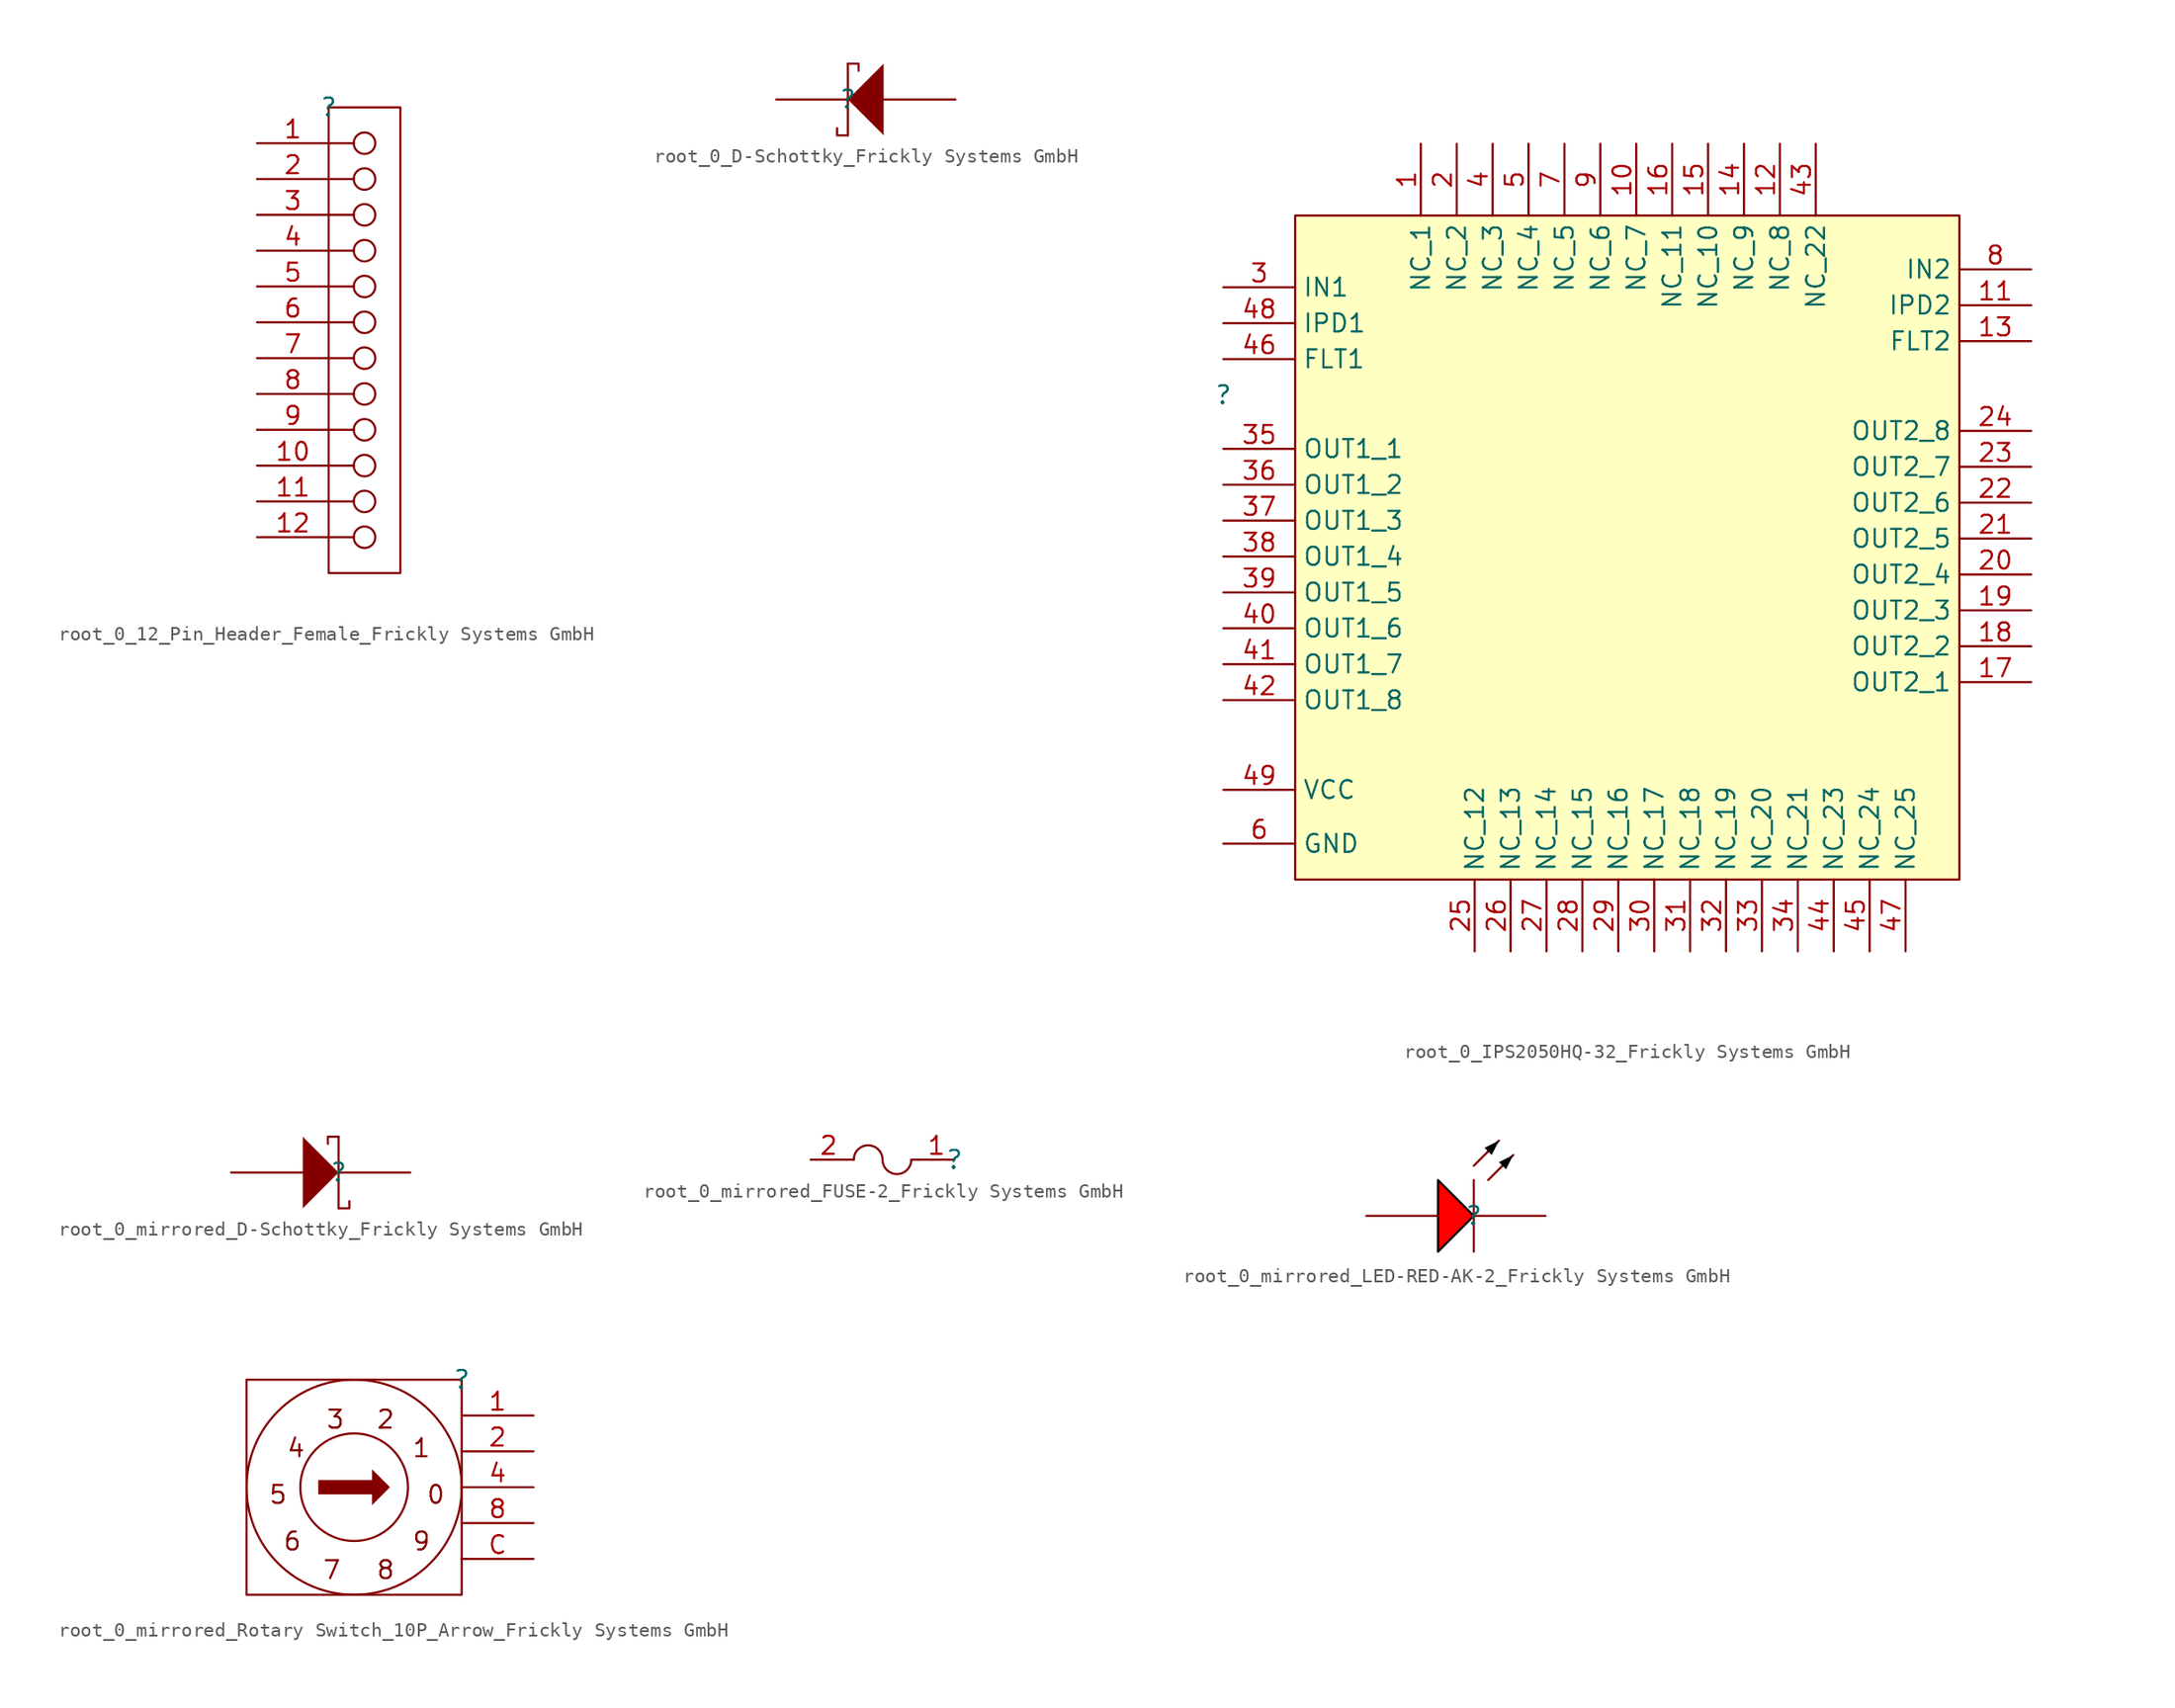
<source format=kicad_sym>
(kicad_symbol_lib
  (version 20241209)
  (generator "kicad_symbol_editor")
  (generator_version "9.0")
  (symbol "root_0_12_Pin_Header_Female_Frickly Systems GmbH"
    (pin_names
      (hide yes))
    (property "Reference" ""
      (at 0 0 0)
      (effects (font (size 1.27 1.27))))
    (property "Value" ""
      (at 0 0 0)
      (effects (font (size 1.27 1.27))))
    (symbol "root_0_12_Pin_Header_Female_Frickly Systems GmbH_1_0"
      (polyline (pts (xy 0 -2.54) (xy 1.778 -2.54)) (stroke (width 0) (type solid)) (fill (type none)))
      (polyline (pts (xy 0 -5.08) (xy 1.778 -5.08)) (stroke (width 0) (type solid)) (fill (type none)))
      (polyline (pts (xy 0 -7.62) (xy 1.778 -7.62)) (stroke (width 0) (type solid)) (fill (type none)))
      (polyline (pts (xy 0 -10.16) (xy 1.778 -10.16)) (stroke (width 0) (type solid)) (fill (type none)))
      (polyline (pts (xy 0 -12.7) (xy 1.778 -12.7)) (stroke (width 0) (type solid)) (fill (type none)))
      (polyline (pts (xy 0 -15.24) (xy 1.778 -15.24)) (stroke (width 0) (type solid)) (fill (type none)))
      (polyline (pts (xy 0 -17.78) (xy 1.778 -17.78)) (stroke (width 0) (type solid)) (fill (type none)))
      (polyline (pts (xy 0 -20.32) (xy 1.778 -20.32)) (stroke (width 0) (type solid)) (fill (type none)))
      (polyline (pts (xy 0 -22.86) (xy 1.778 -22.86)) (stroke (width 0) (type solid)) (fill (type none)))
      (polyline (pts (xy 0 -25.4) (xy 1.778 -25.4)) (stroke (width 0) (type solid)) (fill (type none)))
      (polyline (pts (xy 0 -27.94) (xy 1.778 -27.94)) (stroke (width 0) (type solid)) (fill (type none)))
      (polyline (pts (xy 0 -30.48) (xy 1.778 -30.48)) (stroke (width 0) (type solid)) (fill (type none)))
      (circle (center 2.54 -2.54) (radius 0.762) (stroke (width 0) (type solid)) (fill (type none)))
      (circle (center 2.54 -5.08) (radius 0.762) (stroke (width 0) (type solid)) (fill (type none)))
      (circle (center 2.54 -7.62) (radius 0.762) (stroke (width 0) (type solid)) (fill (type none)))
      (circle (center 2.54 -10.16) (radius 0.762) (stroke (width 0) (type solid)) (fill (type none)))
      (circle (center 2.54 -12.7) (radius 0.762) (stroke (width 0) (type solid)) (fill (type none)))
      (circle (center 2.54 -15.24) (radius 0.762) (stroke (width 0) (type solid)) (fill (type none)))
      (circle (center 2.54 -17.78) (radius 0.762) (stroke (width 0) (type solid)) (fill (type none)))
      (circle (center 2.54 -20.32) (radius 0.762) (stroke (width 0) (type solid)) (fill (type none)))
      (circle (center 2.54 -22.86) (radius 0.762) (stroke (width 0) (type solid)) (fill (type none)))
      (circle (center 2.54 -25.4) (radius 0.762) (stroke (width 0) (type solid)) (fill (type none)))
      (circle (center 2.54 -27.94) (radius 0.762) (stroke (width 0) (type solid)) (fill (type none)))
      (circle (center 2.54 -30.48) (radius 0.762) (stroke (width 0) (type solid)) (fill (type none)))
      (polyline (pts (xy 5.08 0) (xy 0 0) (xy 0 -33.02) (xy 5.08 -33.02) (xy 5.08 0)) (stroke (width 0) (type solid)) (fill (type none)))
      (pin passive line (at -5.08 -2.54 0) (length 5.08) (name "1" (effects (font (size 1.27 1.27)))) (number "1" (effects (font (size 1.27 1.27)))))
      (pin passive line (at -5.08 -5.08 0) (length 5.08) (name "2" (effects (font (size 1.27 1.27)))) (number "2" (effects (font (size 1.27 1.27)))))
      (pin passive line (at -5.08 -7.62 0) (length 5.08) (name "3" (effects (font (size 1.27 1.27)))) (number "3" (effects (font (size 1.27 1.27)))))
      (pin passive line (at -5.08 -10.16 0) (length 5.08) (name "4" (effects (font (size 1.27 1.27)))) (number "4" (effects (font (size 1.27 1.27)))))
      (pin passive line (at -5.08 -12.7 0) (length 5.08) (name "5" (effects (font (size 1.27 1.27)))) (number "5" (effects (font (size 1.27 1.27)))))
      (pin passive line (at -5.08 -15.24 0) (length 5.08) (name "6" (effects (font (size 1.27 1.27)))) (number "6" (effects (font (size 1.27 1.27)))))
      (pin passive line (at -5.08 -17.78 0) (length 5.08) (name "7" (effects (font (size 1.27 1.27)))) (number "7" (effects (font (size 1.27 1.27)))))
      (pin passive line (at -5.08 -20.32 0) (length 5.08) (name "8" (effects (font (size 1.27 1.27)))) (number "8" (effects (font (size 1.27 1.27)))))
      (pin passive line (at -5.08 -22.86 0) (length 5.08) (name "9" (effects (font (size 1.27 1.27)))) (number "9" (effects (font (size 1.27 1.27)))))
      (pin passive line (at -5.08 -25.4 0) (length 5.08) (name "10" (effects (font (size 1.27 1.27)))) (number "10" (effects (font (size 1.27 1.27)))))
      (pin passive line (at -5.08 -27.94 0) (length 5.08) (name "11" (effects (font (size 1.27 1.27)))) (number "11" (effects (font (size 1.27 1.27)))))
      (pin passive line (at -5.08 -30.48 0) (length 5.08) (name "12" (effects (font (size 1.27 1.27)))) (number "12" (effects (font (size 1.27 1.27)))))))
  (symbol "root_0_D-Schottky_Frickly Systems GmbH"
    (pin_numbers
      (hide yes))
    (pin_names
      (hide yes))
    (property "Reference" ""
      (at 0 0 0)
      (effects (font (size 1.27 1.27))))
    (property "Value" ""
      (at 0 0 0)
      (effects (font (size 1.27 1.27))))
    (symbol "root_0_D-Schottky_Frickly Systems GmbH_1_0"
      (polyline (pts (xy 0 2.54) (xy 0.762 2.54) (xy 0.762 2.032)) (stroke (width 0) (type solid)) (fill (type none)))
      (polyline (pts (xy 0 -2.54) (xy 0 2.54)) (stroke (width 0) (type solid)) (fill (type none)))
      (polyline (pts (xy 0 -2.54) (xy -0.762 -2.54) (xy -0.762 -2.032)) (stroke (width 0) (type solid)) (fill (type none)))
      (polyline (pts (xy 2.54 2.54) (xy 0 0) (xy 2.54 -2.54) (xy 2.54 2.54)) (stroke (width -0.0001) (type solid)) (fill (type outline)))
      (pin passive line (at -5.08 0 0) (length 5.08) (name "K" (effects (font (size 1.27 1.27)))) (number "1" (effects (font (size 1.27 1.27)))))
      (pin passive line (at 7.62 0 180) (length 5.08) (name "A" (effects (font (size 1.27 1.27)))) (number "2" (effects (font (size 1.27 1.27)))))))
  (symbol "root_0_IPS2050HQ-32_Frickly Systems GmbH"
    (property "Reference" ""
      (at 0 0 0)
      (effects (font (size 1.27 1.27))))
    (property "Value" ""
      (at 0 0 0)
      (effects (font (size 1.27 1.27))))
    (symbol "root_0_IPS2050HQ-32_Frickly Systems GmbH_1_0"
      (rectangle (start 52.07 12.7) (end 5.08 -34.29) (stroke (width 0) (type solid) (color 128 0 0 1)) (fill (type background)))
      (pin passive line (at 0 7.62 0) (length 5.08) (name "IN1" (effects (font (size 1.27 1.27)))) (number "3" (effects (font (size 1.27 1.27)))))
      (pin passive line (at 0 5.08 0) (length 5.08) (name "IPD1" (effects (font (size 1.27 1.27)))) (number "48" (effects (font (size 1.27 1.27)))))
      (pin passive line (at 0 2.54 0) (length 5.08) (name "FLT1" (effects (font (size 1.27 1.27)))) (number "46" (effects (font (size 1.27 1.27)))))
      (pin passive line (at 0 -3.81 0) (length 5.08) (name "OUT1_1" (effects (font (size 1.27 1.27)))) (number "35" (effects (font (size 1.27 1.27)))))
      (pin passive line (at 0 -6.35 0) (length 5.08) (name "OUT1_2" (effects (font (size 1.27 1.27)))) (number "36" (effects (font (size 1.27 1.27)))))
      (pin passive line (at 0 -8.89 0) (length 5.08) (name "OUT1_3" (effects (font (size 1.27 1.27)))) (number "37" (effects (font (size 1.27 1.27)))))
      (pin passive line (at 0 -11.43 0) (length 5.08) (name "OUT1_4" (effects (font (size 1.27 1.27)))) (number "38" (effects (font (size 1.27 1.27)))))
      (pin passive line (at 0 -13.97 0) (length 5.08) (name "OUT1_5" (effects (font (size 1.27 1.27)))) (number "39" (effects (font (size 1.27 1.27)))))
      (pin passive line (at 0 -16.51 0) (length 5.08) (name "OUT1_6" (effects (font (size 1.27 1.27)))) (number "40" (effects (font (size 1.27 1.27)))))
      (pin passive line (at 0 -19.05 0) (length 5.08) (name "OUT1_7" (effects (font (size 1.27 1.27)))) (number "41" (effects (font (size 1.27 1.27)))))
      (pin passive line (at 0 -21.59 0) (length 5.08) (name "OUT1_8" (effects (font (size 1.27 1.27)))) (number "42" (effects (font (size 1.27 1.27)))))
      (pin passive line (at 0 -27.94 0) (length 5.08) (name "VCC" (effects (font (size 1.27 1.27)))) (number "49" (effects (font (size 1.27 1.27)))))
      (pin passive line (at 0 -31.75 0) (length 5.08) (name "GND" (effects (font (size 1.27 1.27)))) (number "6" (effects (font (size 1.27 1.27)))))
      (pin passive line (at 13.97 17.78 270) (length 5.08) (name "NC_1" (effects (font (size 1.27 1.27)))) (number "1" (effects (font (size 1.27 1.27)))))
      (pin passive line (at 16.51 17.78 270) (length 5.08) (name "NC_2" (effects (font (size 1.27 1.27)))) (number "2" (effects (font (size 1.27 1.27)))))
      (pin passive line (at 17.78 -39.37 90) (length 5.08) (name "NC_12" (effects (font (size 1.27 1.27)))) (number "25" (effects (font (size 1.27 1.27)))))
      (pin passive line (at 19.05 17.78 270) (length 5.08) (name "NC_3" (effects (font (size 1.27 1.27)))) (number "4" (effects (font (size 1.27 1.27)))))
      (pin passive line (at 20.32 -39.37 90) (length 5.08) (name "NC_13" (effects (font (size 1.27 1.27)))) (number "26" (effects (font (size 1.27 1.27)))))
      (pin passive line (at 21.59 17.78 270) (length 5.08) (name "NC_4" (effects (font (size 1.27 1.27)))) (number "5" (effects (font (size 1.27 1.27)))))
      (pin passive line (at 22.86 -39.37 90) (length 5.08) (name "NC_14" (effects (font (size 1.27 1.27)))) (number "27" (effects (font (size 1.27 1.27)))))
      (pin passive line (at 24.13 17.78 270) (length 5.08) (name "NC_5" (effects (font (size 1.27 1.27)))) (number "7" (effects (font (size 1.27 1.27)))))
      (pin passive line (at 25.4 -39.37 90) (length 5.08) (name "NC_15" (effects (font (size 1.27 1.27)))) (number "28" (effects (font (size 1.27 1.27)))))
      (pin passive line (at 26.67 17.78 270) (length 5.08) (name "NC_6" (effects (font (size 1.27 1.27)))) (number "9" (effects (font (size 1.27 1.27)))))
      (pin passive line (at 27.94 -39.37 90) (length 5.08) (name "NC_16" (effects (font (size 1.27 1.27)))) (number "29" (effects (font (size 1.27 1.27)))))
      (pin passive line (at 29.21 17.78 270) (length 5.08) (name "NC_7" (effects (font (size 1.27 1.27)))) (number "10" (effects (font (size 1.27 1.27)))))
      (pin passive line (at 30.48 -39.37 90) (length 5.08) (name "NC_17" (effects (font (size 1.27 1.27)))) (number "30" (effects (font (size 1.27 1.27)))))
      (pin passive line (at 31.75 17.78 270) (length 5.08) (name "NC_11" (effects (font (size 1.27 1.27)))) (number "16" (effects (font (size 1.27 1.27)))))
      (pin passive line (at 33.02 -39.37 90) (length 5.08) (name "NC_18" (effects (font (size 1.27 1.27)))) (number "31" (effects (font (size 1.27 1.27)))))
      (pin passive line (at 34.29 17.78 270) (length 5.08) (name "NC_10" (effects (font (size 1.27 1.27)))) (number "15" (effects (font (size 1.27 1.27)))))
      (pin passive line (at 35.56 -39.37 90) (length 5.08) (name "NC_19" (effects (font (size 1.27 1.27)))) (number "32" (effects (font (size 1.27 1.27)))))
      (pin passive line (at 36.83 17.78 270) (length 5.08) (name "NC_9" (effects (font (size 1.27 1.27)))) (number "14" (effects (font (size 1.27 1.27)))))
      (pin passive line (at 38.1 -39.37 90) (length 5.08) (name "NC_20" (effects (font (size 1.27 1.27)))) (number "33" (effects (font (size 1.27 1.27)))))
      (pin passive line (at 39.37 17.78 270) (length 5.08) (name "NC_8" (effects (font (size 1.27 1.27)))) (number "12" (effects (font (size 1.27 1.27)))))
      (pin passive line (at 40.64 -39.37 90) (length 5.08) (name "NC_21" (effects (font (size 1.27 1.27)))) (number "34" (effects (font (size 1.27 1.27)))))
      (pin passive line (at 41.91 17.78 270) (length 5.08) (name "NC_22" (effects (font (size 1.27 1.27)))) (number "43" (effects (font (size 1.27 1.27)))))
      (pin passive line (at 43.18 -39.37 90) (length 5.08) (name "NC_23" (effects (font (size 1.27 1.27)))) (number "44" (effects (font (size 1.27 1.27)))))
      (pin passive line (at 45.72 -39.37 90) (length 5.08) (name "NC_24" (effects (font (size 1.27 1.27)))) (number "45" (effects (font (size 1.27 1.27)))))
      (pin passive line (at 48.26 -39.37 90) (length 5.08) (name "NC_25" (effects (font (size 1.27 1.27)))) (number "47" (effects (font (size 1.27 1.27)))))
      (pin passive line (at 57.15 8.89 180) (length 5.08) (name "IN2" (effects (font (size 1.27 1.27)))) (number "8" (effects (font (size 1.27 1.27)))))
      (pin passive line (at 57.15 6.35 180) (length 5.08) (name "IPD2" (effects (font (size 1.27 1.27)))) (number "11" (effects (font (size 1.27 1.27)))))
      (pin passive line (at 57.15 3.81 180) (length 5.08) (name "FLT2" (effects (font (size 1.27 1.27)))) (number "13" (effects (font (size 1.27 1.27)))))
      (pin passive line (at 57.15 -2.54 180) (length 5.08) (name "OUT2_8" (effects (font (size 1.27 1.27)))) (number "24" (effects (font (size 1.27 1.27)))))
      (pin passive line (at 57.15 -5.08 180) (length 5.08) (name "OUT2_7" (effects (font (size 1.27 1.27)))) (number "23" (effects (font (size 1.27 1.27)))))
      (pin passive line (at 57.15 -7.62 180) (length 5.08) (name "OUT2_6" (effects (font (size 1.27 1.27)))) (number "22" (effects (font (size 1.27 1.27)))))
      (pin passive line (at 57.15 -10.16 180) (length 5.08) (name "OUT2_5" (effects (font (size 1.27 1.27)))) (number "21" (effects (font (size 1.27 1.27)))))
      (pin passive line (at 57.15 -12.7 180) (length 5.08) (name "OUT2_4" (effects (font (size 1.27 1.27)))) (number "20" (effects (font (size 1.27 1.27)))))
      (pin passive line (at 57.15 -15.24 180) (length 5.08) (name "OUT2_3" (effects (font (size 1.27 1.27)))) (number "19" (effects (font (size 1.27 1.27)))))
      (pin passive line (at 57.15 -17.78 180) (length 5.08) (name "OUT2_2" (effects (font (size 1.27 1.27)))) (number "18" (effects (font (size 1.27 1.27)))))
      (pin passive line (at 57.15 -20.32 180) (length 5.08) (name "OUT2_1" (effects (font (size 1.27 1.27)))) (number "17" (effects (font (size 1.27 1.27)))))))
  (symbol "root_0_mirrored_D-Schottky_Frickly Systems GmbH"
    (pin_numbers
      (hide yes))
    (pin_names
      (hide yes))
    (property "Reference" ""
      (at 0 0 0)
      (effects (font (size 1.27 1.27))))
    (property "Value" ""
      (at 0 0 0)
      (effects (font (size 1.27 1.27))))
    (symbol "root_0_mirrored_D-Schottky_Frickly Systems GmbH_1_0"
      (polyline (pts (xy -2.54 2.54) (xy 0 0) (xy -2.54 -2.54) (xy -2.54 2.54)) (stroke (width -0.0001) (type solid)) (fill (type outline)))
      (polyline (pts (xy 0 2.54) (xy -0.762 2.54) (xy -0.762 2.032)) (stroke (width 0) (type solid)) (fill (type none)))
      (polyline (pts (xy 0 -2.54) (xy 0 2.54)) (stroke (width 0) (type solid)) (fill (type none)))
      (polyline (pts (xy 0 -2.54) (xy 0.762 -2.54) (xy 0.762 -2.032)) (stroke (width 0) (type solid)) (fill (type none)))
      (pin passive line (at -7.62 0 0) (length 5.08) (name "A" (effects (font (size 1.27 1.27)))) (number "2" (effects (font (size 1.27 1.27)))))
      (pin passive line (at 5.08 0 180) (length 5.08) (name "K" (effects (font (size 1.27 1.27)))) (number "1" (effects (font (size 1.27 1.27)))))))
  (symbol "root_0_mirrored_FUSE-2_Frickly Systems GmbH"
    (pin_names
      (hide yes))
    (property "Reference" ""
      (at 0 0 0)
      (effects (font (size 1.27 1.27))))
    (property "Value" ""
      (at 0 0 0)
      (effects (font (size 1.27 1.27))))
    (symbol "root_0_mirrored_FUSE-2_Frickly Systems GmbH_1_0"
      (polyline (pts (xy -7.112 0) (xy -7.62 0)) (stroke (width 0) (type solid)) (fill (type none)))
      (arc (start -7.112 0) (mid -6.096 1.016) (end -5.08 0) (stroke (width 0) (type solid)) (fill (type none)))
      (arc (start -3.048 0) (mid -4.064 -1.016) (end -5.08 0) (stroke (width 0) (type solid)) (fill (type none)))
      (polyline (pts (xy -3.048 0) (xy -2.54 0)) (stroke (width 0) (type solid)) (fill (type none)))
      (pin passive line (at -10.16 0 0) (length 2.54) (name "2" (effects (font (size 1.27 1.27)))) (number "2" (effects (font (size 1.27 1.27)))))
      (pin passive line (at 0 0 180) (length 2.54) (name "1" (effects (font (size 1.27 1.27)))) (number "1" (effects (font (size 1.27 1.27)))))))
  (symbol "root_0_mirrored_LED-RED-AK-2_Frickly Systems GmbH"
    (pin_numbers
      (hide yes))
    (pin_names
      (hide yes))
    (property "Reference" ""
      (at 0 0 0)
      (effects (font (size 1.27 1.27))))
    (property "Value" ""
      (at 0 0 0)
      (effects (font (size 1.27 1.27))))
    (symbol "root_0_mirrored_LED-RED-AK-2_Frickly Systems GmbH_1_0"
      (polyline (pts (xy -2.54 2.54) (xy 0 0) (xy -2.54 -2.54) (xy -2.54 2.54)) (stroke (width 0) (type solid) (color 0 0 0 1)) (fill (type color) (color 255 0 0 1)))
      (polyline (pts (xy 0 3.556) (xy 1.778 5.334)) (stroke (width 0) (type solid)) (fill (type none)))
      (polyline (pts (xy 0 -2.54) (xy 0 2.54)) (stroke (width 0) (type solid)) (fill (type none)))
      (polyline (pts (xy 1.016 2.54) (xy 2.794 4.318)) (stroke (width 0) (type solid)) (fill (type none)))
      (polyline (pts (xy 1.778 5.334) (xy 1.27 4.318) (xy 0.762 4.826) (xy 1.778 5.334)) (stroke (width -0.0001) (type solid) (color 0 0 0 1)) (fill (type outline)))
      (polyline (pts (xy 2.794 4.318) (xy 2.286 3.302) (xy 1.778 3.81) (xy 2.794 4.318)) (stroke (width -0.0001) (type solid) (color 0 0 0 1)) (fill (type outline)))
      (pin passive line (at -7.62 0 0) (length 5.08) (name "A" (effects (font (size 1.27 1.27)))) (number "2" (effects (font (size 1.27 1.27)))))
      (pin passive line (at 5.08 0 180) (length 5.08) (name "K" (effects (font (size 1.27 1.27)))) (number "1" (effects (font (size 1.27 1.27)))))))
  (symbol "root_0_mirrored_Rotary Switch_10P_Arrow_Frickly Systems GmbH"
    (pin_names
      (hide yes))
    (property "Reference" ""
      (at 0 0 0)
      (effects (font (size 1.27 1.27))))
    (property "Value" ""
      (at 0 0 0)
      (effects (font (size 1.27 1.27))))
    (symbol "root_0_mirrored_Rotary Switch_10P_Arrow_Frickly Systems GmbH_1_0"
      (circle (center -7.62 -7.62) (radius 3.81) (stroke (width 0) (type solid)) (fill (type none)))
      (circle (center -7.62 -7.62) (radius 7.62) (stroke (width 0) (type solid)) (fill (type none)))
      (polyline (pts (xy -5.08 -7.62) (xy -6.35 -6.35) (xy -6.35 -7.112) (xy -10.16 -7.112) (xy -10.16 -8.128) (xy -6.35 -8.128) (xy -6.35 -8.89) (xy -5.08 -7.62)) (stroke (width -0.0001) (type solid)) (fill (type outline)))
      (polyline (pts (xy 0 0) (xy 0 -15.24) (xy -15.24 -15.24) (xy -15.24 0) (xy 0 0)) (stroke (width 0) (type solid)) (fill (type none)))
      (text "5" (at -13.716 -8.89 0) (effects (font (size 1.27 1.27)) (justify left bottom)))
      (text "6" (at -12.7 -12.192 0) (effects (font (size 1.27 1.27)) (justify left bottom)))
      (text "4" (at -12.446 -5.588 0) (effects (font (size 1.27 1.27)) (justify left bottom)))
      (text "7" (at -9.906 -14.224 0) (effects (font (size 1.27 1.27)) (justify left bottom)))
      (text "3" (at -9.652 -3.556 0) (effects (font (size 1.27 1.27)) (justify left bottom)))
      (text "2" (at -6.096 -3.556 0) (effects (font (size 1.27 1.27)) (justify left bottom)))
      (text "8" (at -6.096 -14.224 0) (effects (font (size 1.27 1.27)) (justify left bottom)))
      (text "1" (at -3.556 -5.588 0) (effects (font (size 1.27 1.27)) (justify left bottom)))
      (text "9" (at -3.556 -12.192 0) (effects (font (size 1.27 1.27)) (justify left bottom)))
      (text "0" (at -2.54 -8.89 0) (effects (font (size 1.27 1.27)) (justify left bottom)))
      (pin passive line (at 5.08 -2.54 180) (length 5.08) (name "1" (effects (font (size 1.27 1.27)))) (number "1" (effects (font (size 1.27 1.27)))))
      (pin passive line (at 5.08 -5.08 180) (length 5.08) (name "2" (effects (font (size 1.27 1.27)))) (number "2" (effects (font (size 1.27 1.27)))))
      (pin passive line (at 5.08 -7.62 180) (length 5.08) (name "4" (effects (font (size 1.27 1.27)))) (number "4" (effects (font (size 1.27 1.27)))))
      (pin passive line (at 5.08 -10.16 180) (length 5.08) (name "8" (effects (font (size 1.27 1.27)))) (number "8" (effects (font (size 1.27 1.27)))))
      (pin passive line (at 5.08 -12.7 180) (length 5.08) (name "C" (effects (font (size 1.27 1.27)))) (number "C" (effects (font (size 1.27 1.27))))))))
</source>
